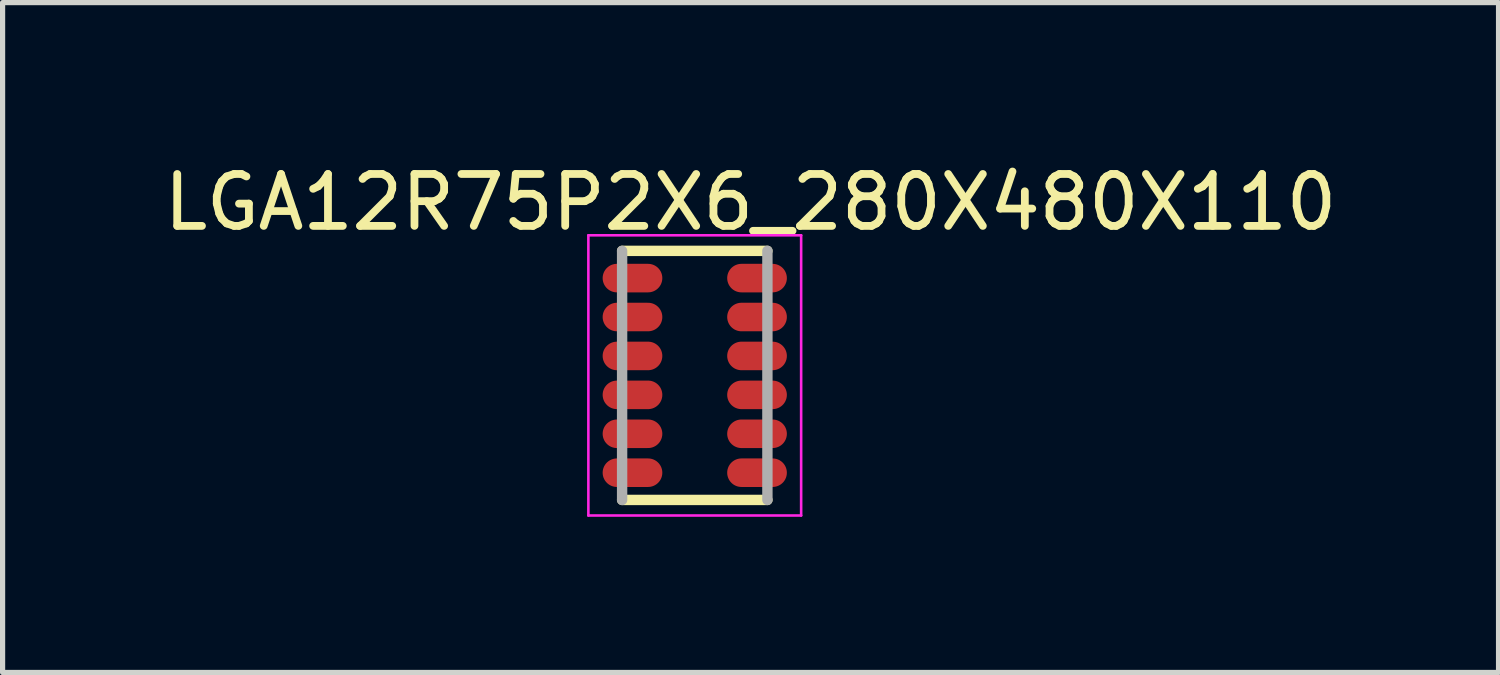
<source format=kicad_pcb>
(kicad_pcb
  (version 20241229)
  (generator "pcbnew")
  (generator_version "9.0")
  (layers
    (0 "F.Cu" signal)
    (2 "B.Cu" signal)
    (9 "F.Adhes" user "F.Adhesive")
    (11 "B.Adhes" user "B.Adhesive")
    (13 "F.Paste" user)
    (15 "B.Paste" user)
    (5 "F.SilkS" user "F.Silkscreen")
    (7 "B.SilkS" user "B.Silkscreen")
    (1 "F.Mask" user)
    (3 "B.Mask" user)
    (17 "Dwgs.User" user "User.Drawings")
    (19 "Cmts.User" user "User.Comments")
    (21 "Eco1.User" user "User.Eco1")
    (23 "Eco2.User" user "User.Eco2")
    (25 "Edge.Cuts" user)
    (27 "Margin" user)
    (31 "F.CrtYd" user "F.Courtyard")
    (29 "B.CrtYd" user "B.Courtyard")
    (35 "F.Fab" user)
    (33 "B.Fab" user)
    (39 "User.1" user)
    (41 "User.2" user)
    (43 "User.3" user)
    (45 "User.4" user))
  (footprint "LGA12R75P2X6_280X480X110"
    (layer "F.Cu")
    (at 10.338 4.184)
    (property "Reference" "LGA12R75P2X6_280X480X110" (at 1.075 -3.336 0) (layer "F.SilkS") (effects (font (size 1 1) (thickness 0.15))))
    (attr smd)
    (fp_line (start -1.4 -2.4) (end 1.4 -2.4) (stroke (width 0.2) (type solid)) (layer "F.SilkS"))
    (fp_line (start 1.4 2.4) (end -1.4 2.4) (stroke (width 0.2) (type solid)) (layer "F.SilkS"))
    (fp_line (start -2.05 -2.7) (end 2.05 -2.7) (stroke (width 0.05) (type solid)) (layer "F.CrtYd"))
    (fp_line (start -2.05 2.7) (end -2.05 -2.7) (stroke (width 0.05) (type solid)) (layer "F.CrtYd"))
    (fp_line (start 2.05 -2.7) (end 2.05 2.7) (stroke (width 0.05) (type solid)) (layer "F.CrtYd"))
    (fp_line (start 2.05 2.7) (end -2.05 2.7) (stroke (width 0.05) (type solid)) (layer "F.CrtYd"))
    (fp_line (start -1.4 2.4) (end -1.4 -2.4) (stroke (width 0.2) (type solid)) (layer "F.Fab"))
    (fp_line (start 1.4 -2.4) (end 1.4 2.4) (stroke (width 0.2) (type solid)) (layer "F.Fab"))
    (pad "1" smd oval (at -1.2 -1.875) (size 1.15 0.55) (layers "F.Cu" "F.Mask" "F.Paste"))
    (pad "2" smd oval (at -1.2 -1.125) (size 1.15 0.55) (layers "F.Cu" "F.Mask" "F.Paste"))
    (pad "3" smd oval (at -1.2 -0.375) (size 1.15 0.55) (layers "F.Cu" "F.Mask" "F.Paste"))
    (pad "4" smd oval (at -1.2 0.375) (size 1.15 0.55) (layers "F.Cu" "F.Mask" "F.Paste"))
    (pad "5" smd oval (at -1.2 1.125) (size 1.15 0.55) (layers "F.Cu" "F.Mask" "F.Paste"))
    (pad "6" smd oval (at -1.2 1.875) (size 1.15 0.55) (layers "F.Cu" "F.Mask" "F.Paste"))
    (pad "7" smd oval (at 1.2 1.875 180) (size 1.15 0.55) (layers "F.Cu" "F.Mask" "F.Paste"))
    (pad "8" smd oval (at 1.2 1.125 180) (size 1.15 0.55) (layers "F.Cu" "F.Mask" "F.Paste"))
    (pad "9" smd oval (at 1.2 0.375 180) (size 1.15 0.55) (layers "F.Cu" "F.Mask" "F.Paste"))
    (pad "10" smd oval (at 1.2 -0.375 180) (size 1.15 0.55) (layers "F.Cu" "F.Mask" "F.Paste"))
    (pad "11" smd oval (at 1.2 -1.125 180) (size 1.15 0.55) (layers "F.Cu" "F.Mask" "F.Paste"))
    (pad "12" smd oval (at 1.2 -1.875 180) (size 1.15 0.55) (layers "F.Cu" "F.Mask" "F.Paste")))
  (gr_rect
    (start -3 -3)
    (end 25.827 9.909)
    (stroke (width 0.1) (type default))
    (fill no)
    (layer "Edge.Cuts")))
</source>
